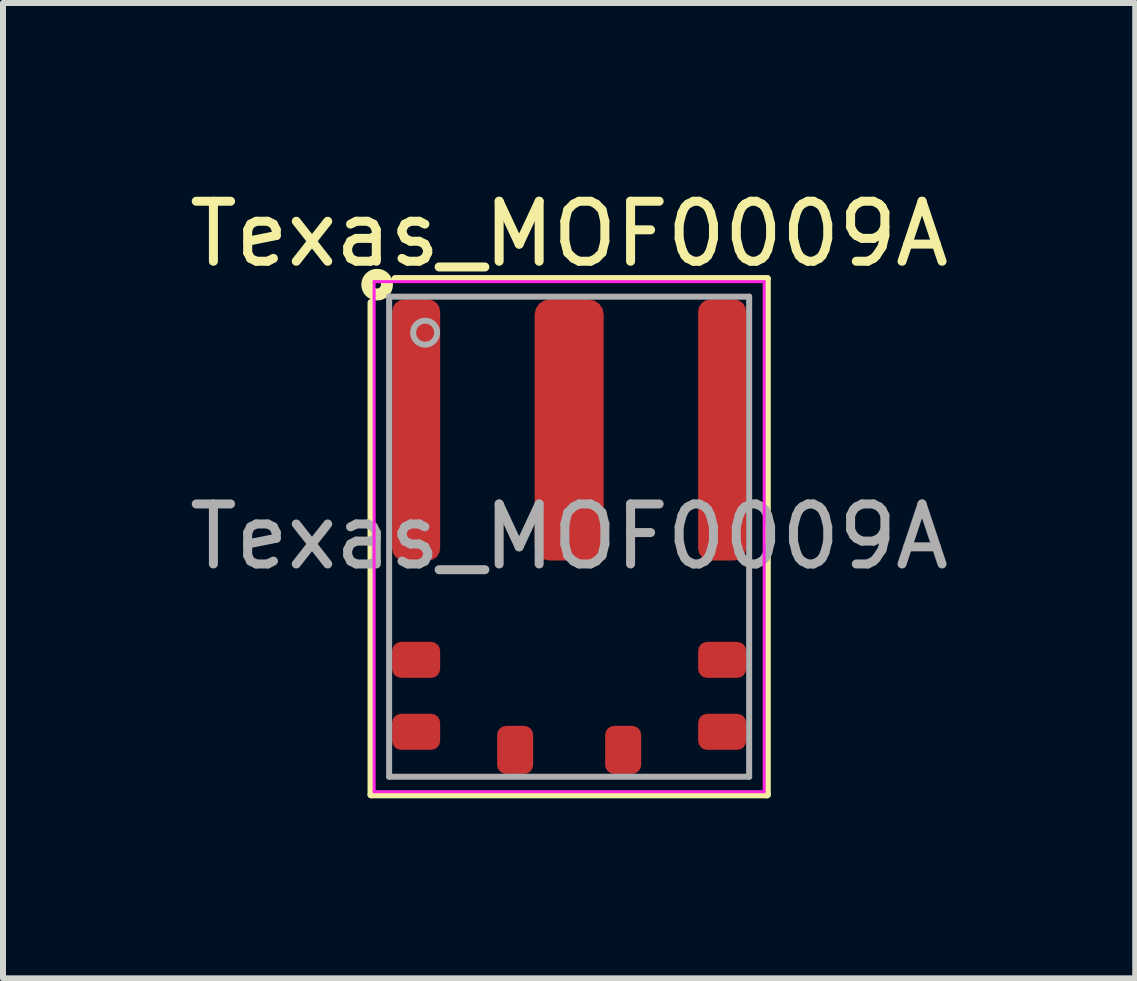
<source format=kicad_pcb>
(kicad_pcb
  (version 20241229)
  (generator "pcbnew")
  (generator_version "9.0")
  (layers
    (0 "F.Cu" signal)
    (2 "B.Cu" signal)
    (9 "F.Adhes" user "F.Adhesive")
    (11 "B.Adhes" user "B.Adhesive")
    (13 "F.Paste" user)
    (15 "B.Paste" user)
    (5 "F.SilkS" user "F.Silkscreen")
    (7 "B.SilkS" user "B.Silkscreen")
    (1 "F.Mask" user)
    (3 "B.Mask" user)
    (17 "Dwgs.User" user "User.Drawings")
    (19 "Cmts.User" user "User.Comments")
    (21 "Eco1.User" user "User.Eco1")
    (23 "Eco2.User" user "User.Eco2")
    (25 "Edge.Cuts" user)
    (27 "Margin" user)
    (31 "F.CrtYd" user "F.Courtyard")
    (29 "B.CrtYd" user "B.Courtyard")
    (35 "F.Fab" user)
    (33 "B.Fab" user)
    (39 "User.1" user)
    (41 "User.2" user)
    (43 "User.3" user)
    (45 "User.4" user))
  (footprint "Texas_MOF0009A"
    (layer "F.Cu")
    (at 6.435 5.894)
    (property "Reference" "Texas_MOF0009A" (at 0 -5.045 0) (layer "F.SilkS") (effects (font (size 1 1) (thickness 0.15))))
    (attr smd)
    (fp_line (start -3.3 -3.9) (end -3.3 4.3) (stroke (width 0.12) (type solid)) (layer "F.SilkS"))
    (fp_line (start -3.3 4.3) (end 3.3 4.3) (stroke (width 0.12) (type solid)) (layer "F.SilkS"))
    (fp_line (start 3.3 -4.3) (end -2.9 -4.3) (stroke (width 0.12) (type solid)) (layer "F.SilkS"))
    (fp_line (start 3.3 4.3) (end 3.3 -4.3) (stroke (width 0.12) (type solid)) (layer "F.SilkS"))
    (fp_circle (center -3.2 -4.2) (end -3.136 -4.2) (stroke (width 0.2) (type solid)) (fill no) (layer "F.SilkS"))
    (fp_line (start -3.25 -4.25) (end 3.25 -4.25) (stroke (width 0.05) (type solid)) (layer "F.CrtYd"))
    (fp_line (start -3.25 4.25) (end -3.25 -4.25) (stroke (width 0.05) (type solid)) (layer "F.CrtYd"))
    (fp_line (start 3.25 -4.25) (end 3.25 4.25) (stroke (width 0.05) (type solid)) (layer "F.CrtYd"))
    (fp_line (start 3.25 4.25) (end -3.25 4.25) (stroke (width 0.05) (type solid)) (layer "F.CrtYd"))
    (fp_line (start -3 -4) (end 3 -4) (stroke (width 0.1) (type solid)) (layer "F.Fab"))
    (fp_line (start -3 4) (end -3 -4) (stroke (width 0.1) (type solid)) (layer "F.Fab"))
    (fp_line (start 3 -4) (end 3 4) (stroke (width 0.1) (type solid)) (layer "F.Fab"))
    (fp_line (start 3 4) (end -3 4) (stroke (width 0.1) (type solid)) (layer "F.Fab"))
    (fp_circle (center -2.4 -3.4) (end -2.2 -3.4) (stroke (width 0.1) (type solid)) (fill no) (layer "F.Fab"))
    (fp_text user "${REFERENCE}" (at 0 0 0) (layer "F.Fab") (effects (font (size 1 1) (thickness 0.15))))
    (pad "" smd roundrect (at -2.55 -3.558) (size 0.7 0.59) (layers "F.Paste") (roundrect_rratio 0.25))
    (pad "" smd roundrect (at -2.55 -2.667) (size 0.7 0.59) (layers "F.Paste") (roundrect_rratio 0.25))
    (pad "" smd roundrect (at -2.55 -1.778) (size 0.7 0.59) (layers "F.Paste") (roundrect_rratio 0.25))
    (pad "" smd roundrect (at -2.55 -0.887) (size 0.7 0.59) (layers "F.Paste") (roundrect_rratio 0.25))
    (pad "" smd roundrect (at -2.55 0.003) (size 0.7 0.59) (layers "F.Paste") (roundrect_rratio 0.25))
    (pad "" smd roundrect (at 0 -3.558) (size 1.05 0.59) (layers "F.Paste") (roundrect_rratio 0.25))
    (pad "" smd roundrect (at 0 -2.667) (size 1.05 0.59) (layers "F.Paste") (roundrect_rratio 0.25))
    (pad "" smd roundrect (at 0 -1.778) (size 1.05 0.59) (layers "F.Paste") (roundrect_rratio 0.25))
    (pad "" smd roundrect (at 0 -0.887) (size 1.05 0.59) (layers "F.Paste") (roundrect_rratio 0.25))
    (pad "" smd roundrect (at 0 0.003) (size 1.05 0.59) (layers "F.Paste") (roundrect_rratio 0.25))
    (pad "" smd roundrect (at 2.55 -3.558) (size 0.7 0.59) (layers "F.Paste") (roundrect_rratio 0.25))
    (pad "" smd roundrect (at 2.55 -2.667) (size 0.7 0.59) (layers "F.Paste") (roundrect_rratio 0.25))
    (pad "" smd roundrect (at 2.55 -1.778) (size 0.7 0.59) (layers "F.Paste") (roundrect_rratio 0.25))
    (pad "" smd roundrect (at 2.55 -0.887) (size 0.7 0.59) (layers "F.Paste") (roundrect_rratio 0.25))
    (pad "" smd roundrect (at 2.55 0.003) (size 0.7 0.59) (layers "F.Paste") (roundrect_rratio 0.25))
    (pad "1" smd roundrect (at -2.55 -1.778) (size 0.8 4.35) (layers "F.Cu" "F.Mask") (roundrect_rratio 0.25))
    (pad "2" smd roundrect (at -2.55 2.053) (size 0.8 0.6) (layers "F.Cu" "F.Mask" "F.Paste") (roundrect_rratio 0.25))
    (pad "3" smd roundrect (at -2.55 3.252) (size 0.8 0.6) (layers "F.Cu" "F.Mask" "F.Paste") (roundrect_rratio 0.25))
    (pad "4" smd roundrect (at -0.9 3.553) (size 0.6 0.8) (layers "F.Cu" "F.Mask" "F.Paste") (roundrect_rratio 0.25))
    (pad "5" smd roundrect (at 0.9 3.553) (size 0.6 0.8) (layers "F.Cu" "F.Mask" "F.Paste") (roundrect_rratio 0.25))
    (pad "6" smd roundrect (at 2.55 3.252) (size 0.8 0.6) (layers "F.Cu" "F.Mask" "F.Paste") (roundrect_rratio 0.25))
    (pad "7" smd roundrect (at 2.55 2.053) (size 0.8 0.6) (layers "F.Cu" "F.Mask" "F.Paste") (roundrect_rratio 0.25))
    (pad "8" smd roundrect (at 2.55 -1.778) (size 0.8 4.35) (layers "F.Cu" "F.Mask") (roundrect_rratio 0.25))
    (pad "9" smd roundrect (at 0 -1.778) (size 1.15 4.35) (layers "F.Cu" "F.Mask") (roundrect_rratio 0.217)))
  (gr_rect
    (start -3 -3)
    (end 15.869 13.254)
    (stroke (width 0.1) (type default))
    (fill no)
    (layer "Edge.Cuts")))
</source>
